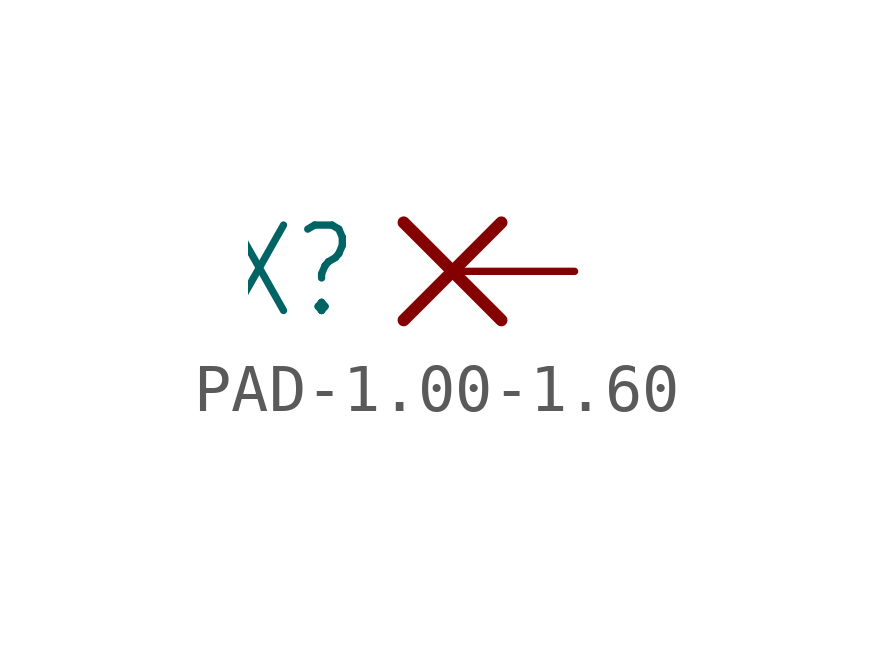
<source format=kicad_sym>
(kicad_symbol_lib
  (version 20211014)
  (generator kicad_symbol_editor)
  (symbol "PAD-1.00-1.60"
    (property "Reference" "X"
      (at -1.905 0 0)
      (effects (font (size 1.778 1.511)) (justify right)))
    (property "ki_locked" ""
      (at 0 0 0)
      (effects (font (size 1.27 1.27))))
    (symbol "PAD-1.00-1.60_1_0"
      (polyline (pts (xy -1.016 -1.016) (xy 1.016 1.016)) (stroke (width 0.254) (type default) (color 0 0 0 0)) (fill (type none)))
      (polyline (pts (xy -1.016 1.016) (xy 1.016 -1.016)) (stroke (width 0.254) (type default) (color 0 0 0 0)) (fill (type none)))
      (pin passive line (at 2.54 0 180) (length 2.54) (name "P" (effects (font (size 0 0)))) (number "1" (effects (font (size 0 0))))))))
</source>
